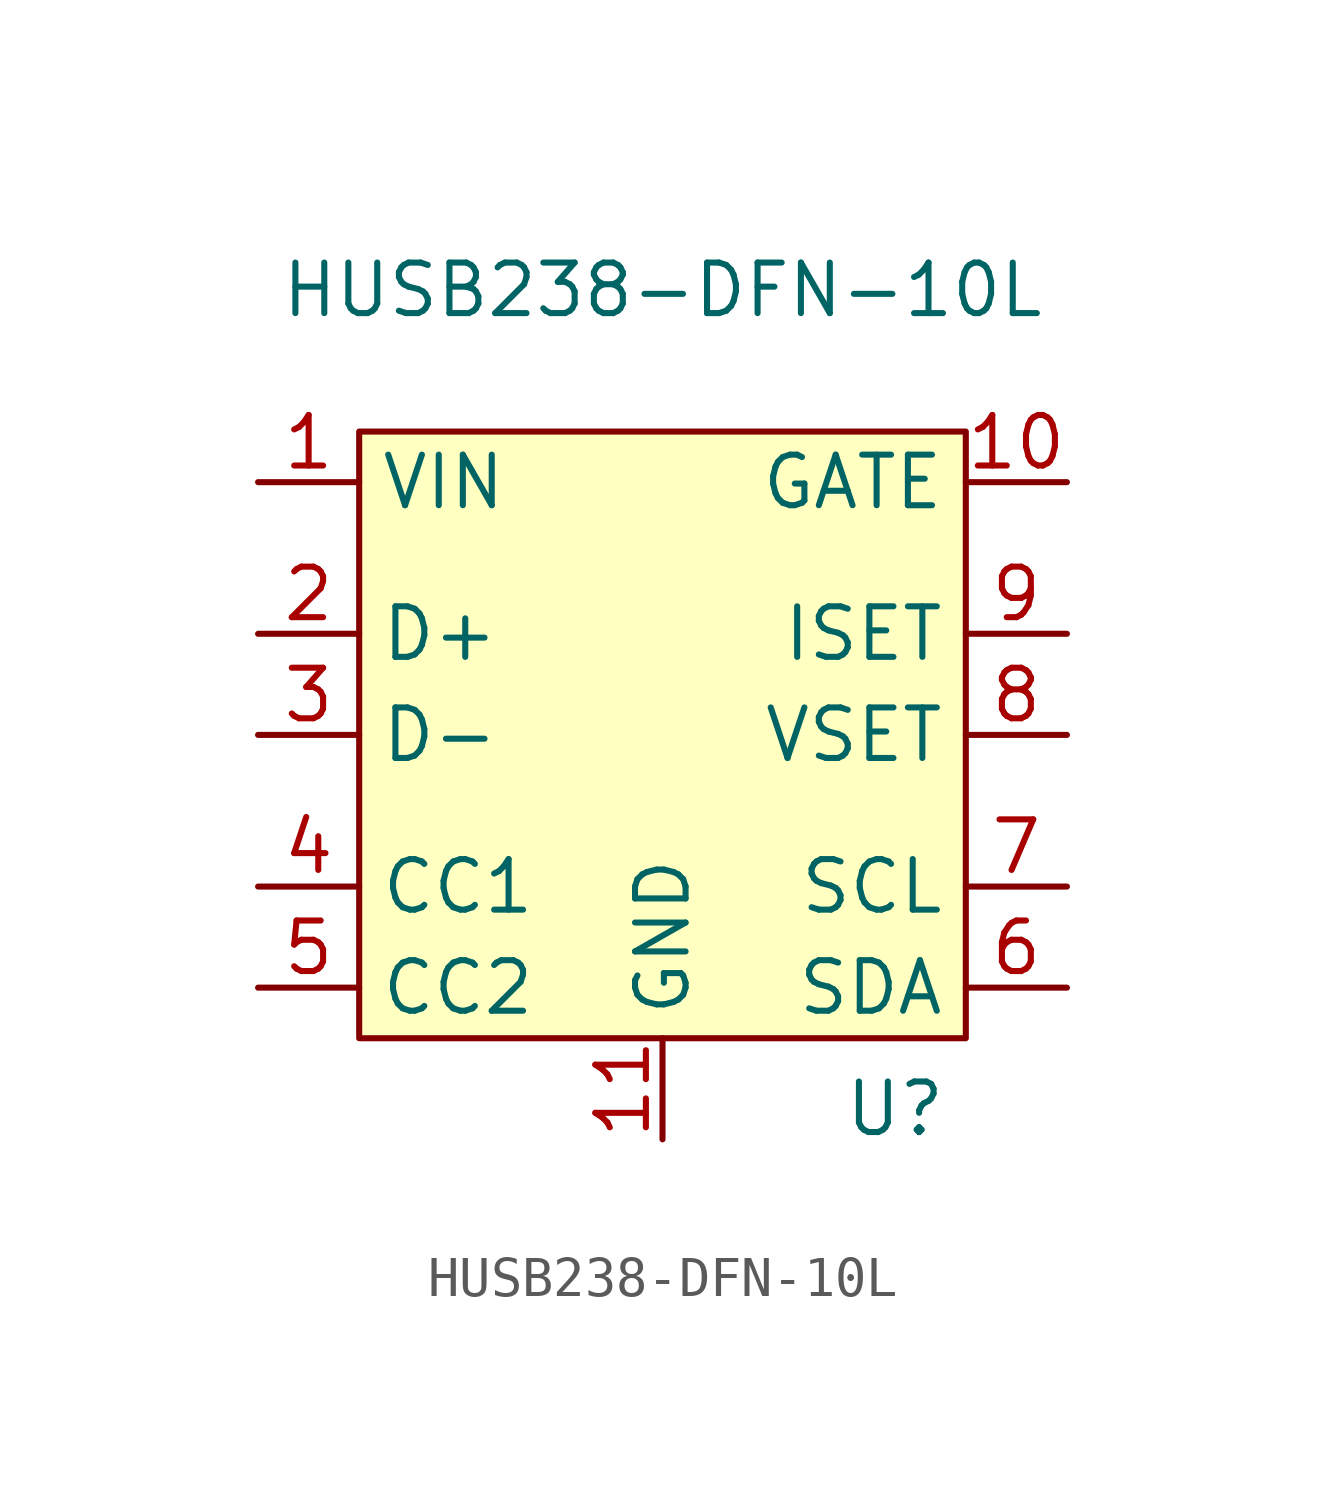
<source format=kicad_sym>
(kicad_symbol_lib
  (version 20231120)
  (generator "kicad_symbol_editor")
  (generator_version "8.0")
  (symbol "HUSB238-DFN-10L"
    (property "Reference" "U"
      (at 5.842 -9.398 0)
      (effects (font (size 1.27 1.27))))
    (property "Value" "HUSB238-DFN-10L"
      (at 0 11.176 0)
      (effects (font (size 1.27 1.27))))
    (symbol "HUSB238-DFN-10L_1_1"
      (rectangle (start -7.62 7.62) (end 7.62 -7.62) (stroke (width 0) (type default)) (fill (type background)))
      (pin power_in line (at -10.16 6.35 0) (length 2.54) (name "VIN" (effects (font (size 1.27 1.27)))) (number "1" (effects (font (size 1.27 1.27)))))
      (pin input line (at 10.16 6.35 180) (length 2.54) (name "GATE" (effects (font (size 1.27 1.27)))) (number "10" (effects (font (size 1.27 1.27)))))
      (pin output line (at 0 -10.16 90) (length 2.54) (name "GND" (effects (font (size 1.27 1.27)))) (number "11" (effects (font (size 1.27 1.27)))))
      (pin input line (at -10.16 2.54 0) (length 2.54) (name "D+" (effects (font (size 1.27 1.27)))) (number "2" (effects (font (size 1.27 1.27)))))
      (pin input line (at -10.16 0 0) (length 2.54) (name "D-" (effects (font (size 1.27 1.27)))) (number "3" (effects (font (size 1.27 1.27)))))
      (pin input line (at -10.16 -3.81 0) (length 2.54) (name "CC1" (effects (font (size 1.27 1.27)))) (number "4" (effects (font (size 1.27 1.27)))))
      (pin input line (at -10.16 -6.35 0) (length 2.54) (name "CC2" (effects (font (size 1.27 1.27)))) (number "5" (effects (font (size 1.27 1.27)))))
      (pin input line (at 10.16 -6.35 180) (length 2.54) (name "SDA" (effects (font (size 1.27 1.27)))) (number "6" (effects (font (size 1.27 1.27)))))
      (pin input line (at 10.16 -3.81 180) (length 2.54) (name "SCL" (effects (font (size 1.27 1.27)))) (number "7" (effects (font (size 1.27 1.27)))))
      (pin input line (at 10.16 0 180) (length 2.54) (name "VSET" (effects (font (size 1.27 1.27)))) (number "8" (effects (font (size 1.27 1.27)))))
      (pin input line (at 10.16 2.54 180) (length 2.54) (name "ISET" (effects (font (size 1.27 1.27)))) (number "9" (effects (font (size 1.27 1.27))))))))
</source>
